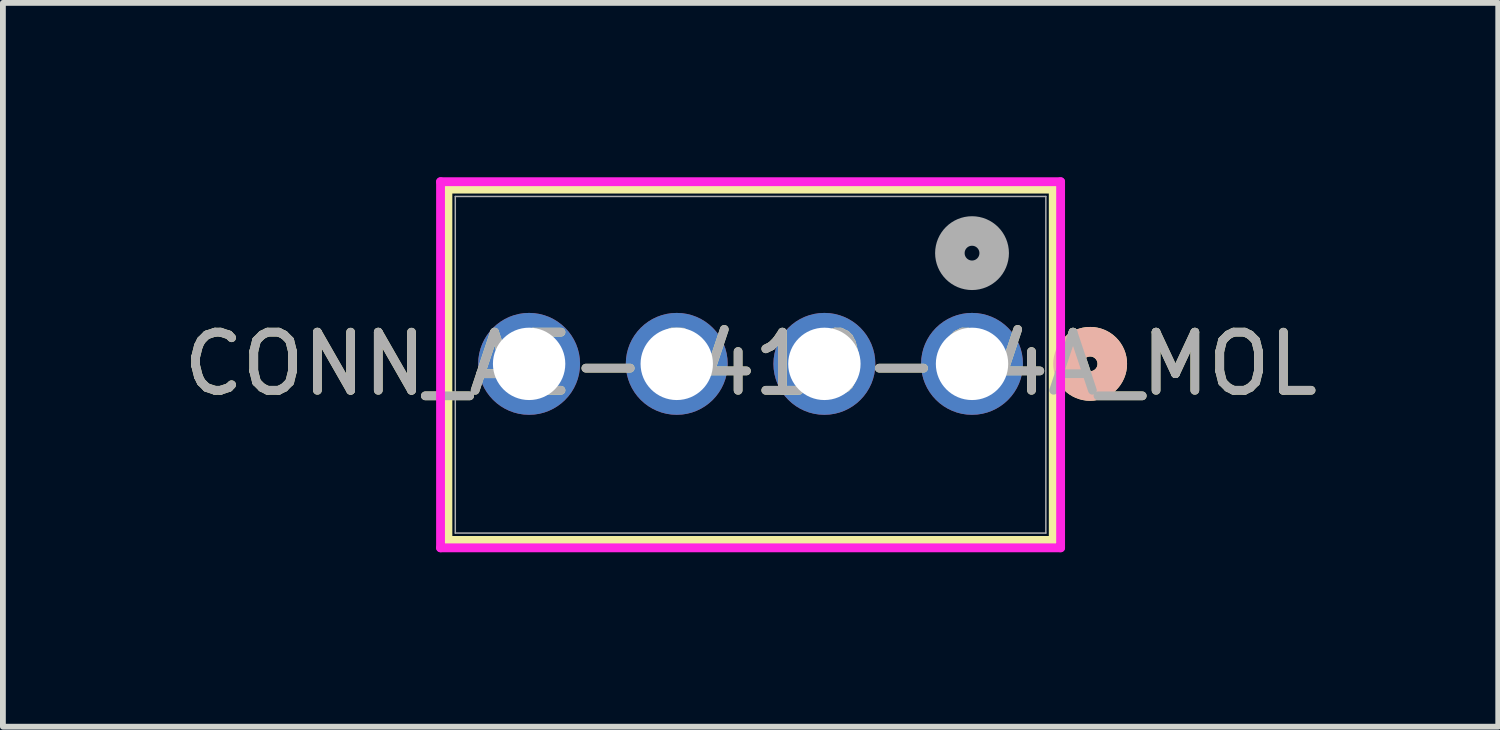
<source format=kicad_pcb>
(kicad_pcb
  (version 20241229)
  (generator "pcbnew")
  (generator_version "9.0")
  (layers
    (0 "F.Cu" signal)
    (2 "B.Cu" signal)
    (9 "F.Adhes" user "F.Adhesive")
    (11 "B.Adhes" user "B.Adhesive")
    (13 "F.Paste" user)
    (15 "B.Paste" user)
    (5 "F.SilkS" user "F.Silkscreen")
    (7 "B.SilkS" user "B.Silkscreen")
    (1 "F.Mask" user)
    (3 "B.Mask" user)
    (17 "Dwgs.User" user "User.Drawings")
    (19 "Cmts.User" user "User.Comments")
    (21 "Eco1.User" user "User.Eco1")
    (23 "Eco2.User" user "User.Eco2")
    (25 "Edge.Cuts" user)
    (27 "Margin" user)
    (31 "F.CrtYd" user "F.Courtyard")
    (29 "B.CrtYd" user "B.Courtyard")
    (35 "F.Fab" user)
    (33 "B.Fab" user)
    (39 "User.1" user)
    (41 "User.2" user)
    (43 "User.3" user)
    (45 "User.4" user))
  (footprint "CONN_AE-6410-04A_MOL"
    (layer "F.Cu")
    (at 13.673 3.21)
    (property "Reference" "CONN_AE-6410-04A_MOL" (at -3.81 0 0) (unlocked yes) (layer "F.SilkS") (effects (font (size 1 1) (thickness 0.15))))
    (attr through_hole)
    (fp_line (start -9.017 -3.007) (end -9.017 3.038) (stroke (width 0.152) (type solid)) (layer "F.SilkS"))
    (fp_line (start -9.017 3.038) (end 1.397 3.038) (stroke (width 0.152) (type solid)) (layer "F.SilkS"))
    (fp_line (start 1.397 -3.007) (end -9.017 -3.007) (stroke (width 0.152) (type solid)) (layer "F.SilkS"))
    (fp_line (start 1.397 3.038) (end 1.397 -3.007) (stroke (width 0.152) (type solid)) (layer "F.SilkS"))
    (fp_circle (center 2.032 0) (end 2.413 0) (stroke (width 0.508) (type solid)) (fill no) (layer "F.SilkS"))
    (fp_circle (center 2.032 0) (end 2.413 0) (stroke (width 0.508) (type solid)) (fill no) (layer "B.SilkS"))
    (fp_line (start -9.144 -3.134) (end -9.144 3.165) (stroke (width 0.152) (type solid)) (layer "F.CrtYd"))
    (fp_line (start -9.144 3.165) (end 1.524 3.165) (stroke (width 0.152) (type solid)) (layer "F.CrtYd"))
    (fp_line (start 1.524 -3.134) (end -9.144 -3.134) (stroke (width 0.152) (type solid)) (layer "F.CrtYd"))
    (fp_line (start 1.524 3.165) (end 1.524 -3.134) (stroke (width 0.152) (type solid)) (layer "F.CrtYd"))
    (fp_line (start -8.89 -2.88) (end -8.89 2.911) (stroke (width 0.025) (type solid)) (layer "F.Fab"))
    (fp_line (start -8.89 2.911) (end 1.27 2.911) (stroke (width 0.025) (type solid)) (layer "F.Fab"))
    (fp_line (start 1.27 -2.88) (end -8.89 -2.88) (stroke (width 0.025) (type solid)) (layer "F.Fab"))
    (fp_line (start 1.27 2.911) (end 1.27 -2.88) (stroke (width 0.025) (type solid)) (layer "F.Fab"))
    (fp_circle (center 0 -1.905) (end 0.381 -1.905) (stroke (width 0.508) (type solid)) (fill no) (layer "F.Fab"))
    (fp_text user "${REFERENCE}" (at -3.81 0 0) (unlocked yes) (layer "F.Fab") (effects (font (size 1 1) (thickness 0.15))))
    (pad "1" thru_hole circle (at 0 0) (size 1.753 1.753) (drill 1.245) (layers "*.Cu" "*.Mask"))
    (pad "2" thru_hole circle (at -2.54 0) (size 1.753 1.753) (drill 1.245) (layers "*.Cu" "*.Mask"))
    (pad "3" thru_hole circle (at -5.08 0) (size 1.753 1.753) (drill 1.245) (layers "*.Cu" "*.Mask"))
    (pad "4" thru_hole circle (at -7.62 0) (size 1.753 1.753) (drill 1.245) (layers "*.Cu" "*.Mask")))
  (gr_rect
    (start -3 -3)
    (end 22.726 9.452)
    (stroke (width 0.1) (type default))
    (fill no)
    (layer "Edge.Cuts")))
</source>
